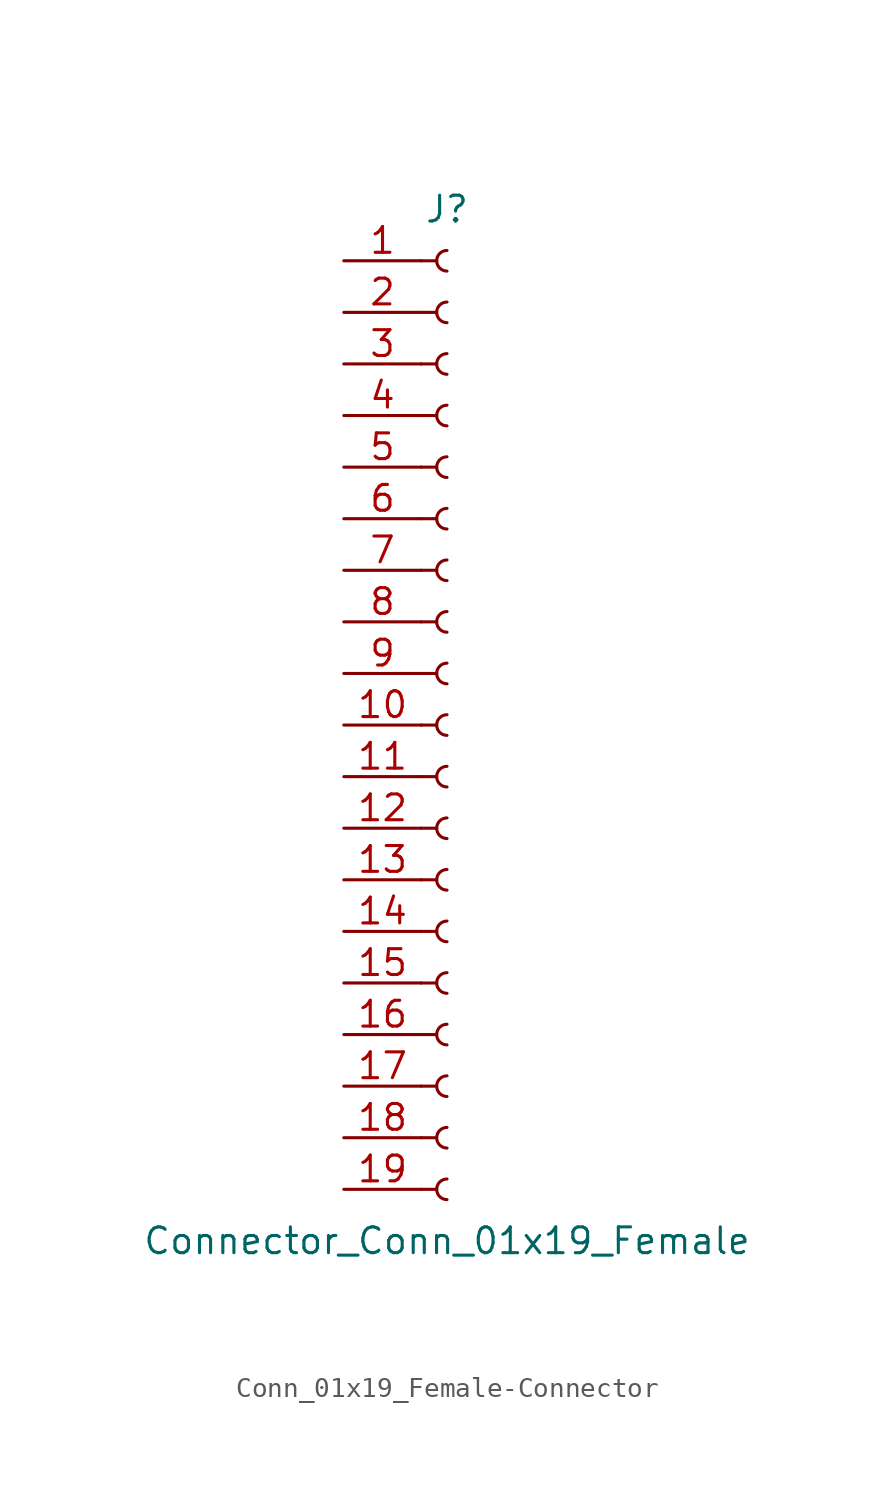
<source format=kicad_sym>
(kicad_symbol_lib
  (version 20220914)
  (generator kicad_symbol_editor)
  (symbol "Conn_01x19_Female-Connector"
    (pin_names
      (offset 1.016) hide)
    (property "Reference" "J"
      (at 0 25.4 0)
      (effects (font (size 1.27 1.27))))
    (property "Value" "Connector_Conn_01x19_Female"
      (at 0 -25.4 0)
      (effects (font (size 1.27 1.27))))
    (symbol "Conn_01x19_Female-Connector_1_1"
      (arc (start 0 -22.352) (mid -0.5058 -22.86) (end 0 -23.368) (stroke (width 0.1524) (type solid)) (fill (type none)))
      (arc (start 0 -19.812) (mid -0.5058 -20.32) (end 0 -20.828) (stroke (width 0.1524) (type solid)) (fill (type none)))
      (arc (start 0 -17.272) (mid -0.5058 -17.78) (end 0 -18.288) (stroke (width 0.1524) (type solid)) (fill (type none)))
      (arc (start 0 -14.732) (mid -0.5058 -15.24) (end 0 -15.748) (stroke (width 0.1524) (type solid)) (fill (type none)))
      (arc (start 0 -12.192) (mid -0.5058 -12.7) (end 0 -13.208) (stroke (width 0.1524) (type solid)) (fill (type none)))
      (arc (start 0 -9.652) (mid -0.5058 -10.16) (end 0 -10.668) (stroke (width 0.1524) (type solid)) (fill (type none)))
      (arc (start 0 -7.112) (mid -0.5058 -7.62) (end 0 -8.128) (stroke (width 0.1524) (type solid)) (fill (type none)))
      (arc (start 0 -4.572) (mid -0.5058 -5.08) (end 0 -5.588) (stroke (width 0.1524) (type solid)) (fill (type none)))
      (arc (start 0 -2.032) (mid -0.5058 -2.54) (end 0 -3.048) (stroke (width 0.1524) (type solid)) (fill (type none)))
      (polyline (pts (xy -1.27 -22.86) (xy -0.508 -22.86)) (stroke (width 0.152) (type solid)) (fill (type none)))
      (polyline (pts (xy -1.27 -20.32) (xy -0.508 -20.32)) (stroke (width 0.152) (type solid)) (fill (type none)))
      (polyline (pts (xy -1.27 -17.78) (xy -0.508 -17.78)) (stroke (width 0.152) (type solid)) (fill (type none)))
      (polyline (pts (xy -1.27 -15.24) (xy -0.508 -15.24)) (stroke (width 0.152) (type solid)) (fill (type none)))
      (polyline (pts (xy -1.27 -12.7) (xy -0.508 -12.7)) (stroke (width 0.152) (type solid)) (fill (type none)))
      (polyline (pts (xy -1.27 -10.16) (xy -0.508 -10.16)) (stroke (width 0.152) (type solid)) (fill (type none)))
      (polyline (pts (xy -1.27 -7.62) (xy -0.508 -7.62)) (stroke (width 0.152) (type solid)) (fill (type none)))
      (polyline (pts (xy -1.27 -5.08) (xy -0.508 -5.08)) (stroke (width 0.152) (type solid)) (fill (type none)))
      (polyline (pts (xy -1.27 -2.54) (xy -0.508 -2.54)) (stroke (width 0.152) (type solid)) (fill (type none)))
      (polyline (pts (xy -1.27 0) (xy -0.508 0)) (stroke (width 0.152) (type solid)) (fill (type none)))
      (polyline (pts (xy -1.27 2.54) (xy -0.508 2.54)) (stroke (width 0.152) (type solid)) (fill (type none)))
      (polyline (pts (xy -1.27 5.08) (xy -0.508 5.08)) (stroke (width 0.152) (type solid)) (fill (type none)))
      (polyline (pts (xy -1.27 7.62) (xy -0.508 7.62)) (stroke (width 0.152) (type solid)) (fill (type none)))
      (polyline (pts (xy -1.27 10.16) (xy -0.508 10.16)) (stroke (width 0.152) (type solid)) (fill (type none)))
      (polyline (pts (xy -1.27 12.7) (xy -0.508 12.7)) (stroke (width 0.152) (type solid)) (fill (type none)))
      (polyline (pts (xy -1.27 15.24) (xy -0.508 15.24)) (stroke (width 0.152) (type solid)) (fill (type none)))
      (polyline (pts (xy -1.27 17.78) (xy -0.508 17.78)) (stroke (width 0.152) (type solid)) (fill (type none)))
      (polyline (pts (xy -1.27 20.32) (xy -0.508 20.32)) (stroke (width 0.152) (type solid)) (fill (type none)))
      (polyline (pts (xy -1.27 22.86) (xy -0.508 22.86)) (stroke (width 0.152) (type solid)) (fill (type none)))
      (arc (start 0 0.508) (mid -0.5058 0) (end 0 -0.508) (stroke (width 0.1524) (type solid)) (fill (type none)))
      (arc (start 0 3.048) (mid -0.5058 2.54) (end 0 2.032) (stroke (width 0.1524) (type solid)) (fill (type none)))
      (arc (start 0 5.588) (mid -0.5058 5.08) (end 0 4.572) (stroke (width 0.1524) (type solid)) (fill (type none)))
      (arc (start 0 8.128) (mid -0.5058 7.62) (end 0 7.112) (stroke (width 0.1524) (type solid)) (fill (type none)))
      (arc (start 0 10.668) (mid -0.5058 10.16) (end 0 9.652) (stroke (width 0.1524) (type solid)) (fill (type none)))
      (arc (start 0 13.208) (mid -0.5058 12.7) (end 0 12.192) (stroke (width 0.1524) (type solid)) (fill (type none)))
      (arc (start 0 15.748) (mid -0.5058 15.24) (end 0 14.732) (stroke (width 0.1524) (type solid)) (fill (type none)))
      (arc (start 0 18.288) (mid -0.5058 17.78) (end 0 17.272) (stroke (width 0.1524) (type solid)) (fill (type none)))
      (arc (start 0 20.828) (mid -0.5058 20.32) (end 0 19.812) (stroke (width 0.1524) (type solid)) (fill (type none)))
      (arc (start 0 23.368) (mid -0.5058 22.86) (end 0 22.352) (stroke (width 0.1524) (type solid)) (fill (type none)))
      (pin passive line (at -5.08 22.86 0) (length 3.81) (name "Pin_1" (effects (font (size 1.27 1.27)))) (number "1" (effects (font (size 1.27 1.27)))))
      (pin passive line (at -5.08 0 0) (length 3.81) (name "Pin_10" (effects (font (size 1.27 1.27)))) (number "10" (effects (font (size 1.27 1.27)))))
      (pin passive line (at -5.08 -2.54 0) (length 3.81) (name "Pin_11" (effects (font (size 1.27 1.27)))) (number "11" (effects (font (size 1.27 1.27)))))
      (pin passive line (at -5.08 -5.08 0) (length 3.81) (name "Pin_12" (effects (font (size 1.27 1.27)))) (number "12" (effects (font (size 1.27 1.27)))))
      (pin passive line (at -5.08 -7.62 0) (length 3.81) (name "Pin_13" (effects (font (size 1.27 1.27)))) (number "13" (effects (font (size 1.27 1.27)))))
      (pin passive line (at -5.08 -10.16 0) (length 3.81) (name "Pin_14" (effects (font (size 1.27 1.27)))) (number "14" (effects (font (size 1.27 1.27)))))
      (pin passive line (at -5.08 -12.7 0) (length 3.81) (name "Pin_15" (effects (font (size 1.27 1.27)))) (number "15" (effects (font (size 1.27 1.27)))))
      (pin passive line (at -5.08 -15.24 0) (length 3.81) (name "Pin_16" (effects (font (size 1.27 1.27)))) (number "16" (effects (font (size 1.27 1.27)))))
      (pin passive line (at -5.08 -17.78 0) (length 3.81) (name "Pin_17" (effects (font (size 1.27 1.27)))) (number "17" (effects (font (size 1.27 1.27)))))
      (pin passive line (at -5.08 -20.32 0) (length 3.81) (name "Pin_18" (effects (font (size 1.27 1.27)))) (number "18" (effects (font (size 1.27 1.27)))))
      (pin passive line (at -5.08 -22.86 0) (length 3.81) (name "Pin_19" (effects (font (size 1.27 1.27)))) (number "19" (effects (font (size 1.27 1.27)))))
      (pin passive line (at -5.08 20.32 0) (length 3.81) (name "Pin_2" (effects (font (size 1.27 1.27)))) (number "2" (effects (font (size 1.27 1.27)))))
      (pin passive line (at -5.08 17.78 0) (length 3.81) (name "Pin_3" (effects (font (size 1.27 1.27)))) (number "3" (effects (font (size 1.27 1.27)))))
      (pin passive line (at -5.08 15.24 0) (length 3.81) (name "Pin_4" (effects (font (size 1.27 1.27)))) (number "4" (effects (font (size 1.27 1.27)))))
      (pin passive line (at -5.08 12.7 0) (length 3.81) (name "Pin_5" (effects (font (size 1.27 1.27)))) (number "5" (effects (font (size 1.27 1.27)))))
      (pin passive line (at -5.08 10.16 0) (length 3.81) (name "Pin_6" (effects (font (size 1.27 1.27)))) (number "6" (effects (font (size 1.27 1.27)))))
      (pin passive line (at -5.08 7.62 0) (length 3.81) (name "Pin_7" (effects (font (size 1.27 1.27)))) (number "7" (effects (font (size 1.27 1.27)))))
      (pin passive line (at -5.08 5.08 0) (length 3.81) (name "Pin_8" (effects (font (size 1.27 1.27)))) (number "8" (effects (font (size 1.27 1.27)))))
      (pin passive line (at -5.08 2.54 0) (length 3.81) (name "Pin_9" (effects (font (size 1.27 1.27)))) (number "9" (effects (font (size 1.27 1.27))))))))
</source>
